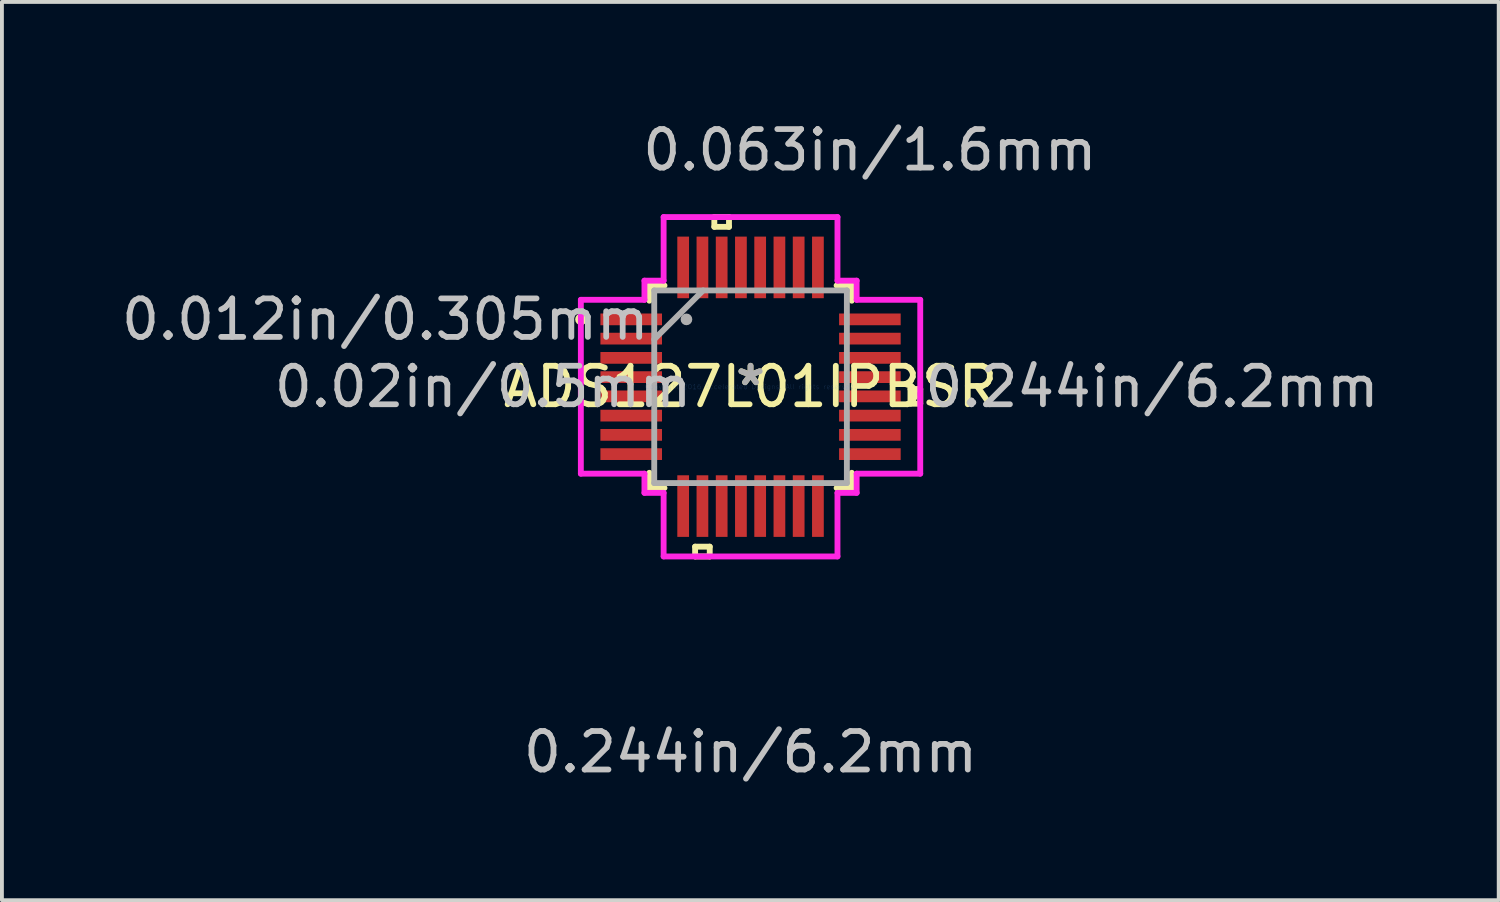
<source format=kicad_pcb>
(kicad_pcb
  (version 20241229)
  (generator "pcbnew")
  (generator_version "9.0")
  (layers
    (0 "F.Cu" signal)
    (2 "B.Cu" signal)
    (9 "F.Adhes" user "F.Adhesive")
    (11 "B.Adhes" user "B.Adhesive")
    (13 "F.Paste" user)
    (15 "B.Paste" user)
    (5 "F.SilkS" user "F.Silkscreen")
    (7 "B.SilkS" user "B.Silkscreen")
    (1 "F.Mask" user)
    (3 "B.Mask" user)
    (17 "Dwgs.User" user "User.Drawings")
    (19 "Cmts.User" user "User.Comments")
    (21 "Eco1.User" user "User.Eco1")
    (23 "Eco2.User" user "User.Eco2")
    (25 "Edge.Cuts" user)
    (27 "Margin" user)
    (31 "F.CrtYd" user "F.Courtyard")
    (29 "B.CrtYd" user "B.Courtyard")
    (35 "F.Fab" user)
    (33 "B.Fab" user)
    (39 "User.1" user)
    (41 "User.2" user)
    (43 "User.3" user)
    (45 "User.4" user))
  (footprint "ADS127L01IPBSR"
    (layer "F.Cu")
    (at 16.446 6.996)
    (property "Reference" "ADS127L01IPBSR" (at 0 0 0) (layer "F.SilkS") (effects (font (size 1 1) (thickness 0.15))))
    (attr through_hole)
    (fp_line (start -2.629 -2.629) (end -2.629 -2.235) (stroke (width 0.152) (type solid)) (layer "F.SilkS"))
    (fp_line (start -2.629 2.235) (end -2.629 2.629) (stroke (width 0.152) (type solid)) (layer "F.SilkS"))
    (fp_line (start -2.629 2.629) (end -2.235 2.629) (stroke (width 0.152) (type solid)) (layer "F.SilkS"))
    (fp_line (start -2.235 -2.629) (end -2.629 -2.629) (stroke (width 0.152) (type solid)) (layer "F.SilkS"))
    (fp_line (start -1.44 4.154) (end -1.44 4.408) (stroke (width 0.152) (type solid)) (layer "F.SilkS"))
    (fp_line (start -1.44 4.408) (end -1.06 4.408) (stroke (width 0.152) (type solid)) (layer "F.SilkS"))
    (fp_line (start -1.06 4.154) (end -1.44 4.154) (stroke (width 0.152) (type solid)) (layer "F.SilkS"))
    (fp_line (start -1.06 4.408) (end -1.06 4.154) (stroke (width 0.152) (type solid)) (layer "F.SilkS"))
    (fp_line (start -0.941 -4.408) (end -0.56 -4.408) (stroke (width 0.152) (type solid)) (layer "F.SilkS"))
    (fp_line (start -0.941 -4.154) (end -0.941 -4.408) (stroke (width 0.152) (type solid)) (layer "F.SilkS"))
    (fp_line (start -0.56 -4.408) (end -0.56 -4.154) (stroke (width 0.152) (type solid)) (layer "F.SilkS"))
    (fp_line (start -0.56 -4.154) (end -0.941 -4.154) (stroke (width 0.152) (type solid)) (layer "F.SilkS"))
    (fp_line (start 2.235 2.629) (end 2.629 2.629) (stroke (width 0.152) (type solid)) (layer "F.SilkS"))
    (fp_line (start 2.629 -2.629) (end 2.235 -2.629) (stroke (width 0.152) (type solid)) (layer "F.SilkS"))
    (fp_line (start 2.629 -2.235) (end 2.629 -2.629) (stroke (width 0.152) (type solid)) (layer "F.SilkS"))
    (fp_line (start 2.629 2.629) (end 2.629 2.235) (stroke (width 0.152) (type solid)) (layer "F.SilkS"))
    (fp_line (start 4.154 0.059) (end 4.408 0.059) (stroke (width 0.152) (type solid)) (layer "F.SilkS"))
    (fp_line (start 4.154 0.441) (end 4.154 0.059) (stroke (width 0.152) (type solid)) (layer "F.SilkS"))
    (fp_line (start 4.408 0.059) (end 4.408 0.441) (stroke (width 0.152) (type solid)) (layer "F.SilkS"))
    (fp_line (start 4.408 0.441) (end 4.154 0.441) (stroke (width 0.152) (type solid)) (layer "F.SilkS"))
    (fp_circle (center -4.404 -1.75) (end -4.328 -1.75) (stroke (width 0.152) (type solid)) (fill no) (layer "F.SilkS"))
    (fp_line (start -4.408 -2.258) (end -2.756 -2.258) (stroke (width 0.152) (type solid)) (layer "F.CrtYd"))
    (fp_line (start -4.408 2.258) (end -4.408 -2.258) (stroke (width 0.152) (type solid)) (layer "F.CrtYd"))
    (fp_line (start -2.756 -2.756) (end -2.258 -2.756) (stroke (width 0.152) (type solid)) (layer "F.CrtYd"))
    (fp_line (start -2.756 -2.258) (end -2.756 -2.756) (stroke (width 0.152) (type solid)) (layer "F.CrtYd"))
    (fp_line (start -2.756 2.258) (end -4.408 2.258) (stroke (width 0.152) (type solid)) (layer "F.CrtYd"))
    (fp_line (start -2.756 2.756) (end -2.756 2.258) (stroke (width 0.152) (type solid)) (layer "F.CrtYd"))
    (fp_line (start -2.258 -4.408) (end 2.258 -4.408) (stroke (width 0.152) (type solid)) (layer "F.CrtYd"))
    (fp_line (start -2.258 -2.756) (end -2.258 -4.408) (stroke (width 0.152) (type solid)) (layer "F.CrtYd"))
    (fp_line (start -2.258 2.756) (end -2.756 2.756) (stroke (width 0.152) (type solid)) (layer "F.CrtYd"))
    (fp_line (start -2.258 4.408) (end -2.258 2.756) (stroke (width 0.152) (type solid)) (layer "F.CrtYd"))
    (fp_line (start 2.258 -4.408) (end 2.258 -2.756) (stroke (width 0.152) (type solid)) (layer "F.CrtYd"))
    (fp_line (start 2.258 -2.756) (end 2.756 -2.756) (stroke (width 0.152) (type solid)) (layer "F.CrtYd"))
    (fp_line (start 2.258 2.756) (end 2.258 4.408) (stroke (width 0.152) (type solid)) (layer "F.CrtYd"))
    (fp_line (start 2.258 4.408) (end -2.258 4.408) (stroke (width 0.152) (type solid)) (layer "F.CrtYd"))
    (fp_line (start 2.756 -2.756) (end 2.756 -2.258) (stroke (width 0.152) (type solid)) (layer "F.CrtYd"))
    (fp_line (start 2.756 -2.258) (end 4.408 -2.258) (stroke (width 0.152) (type solid)) (layer "F.CrtYd"))
    (fp_line (start 2.756 2.258) (end 2.756 2.756) (stroke (width 0.152) (type solid)) (layer "F.CrtYd"))
    (fp_line (start 2.756 2.756) (end 2.258 2.756) (stroke (width 0.152) (type solid)) (layer "F.CrtYd"))
    (fp_line (start 4.408 -2.258) (end 4.408 2.258) (stroke (width 0.152) (type solid)) (layer "F.CrtYd"))
    (fp_line (start 4.408 2.258) (end 2.756 2.258) (stroke (width 0.152) (type solid)) (layer "F.CrtYd"))
    (fp_line (start -2.502 -2.502) (end -2.502 2.502) (stroke (width 0.152) (type solid)) (layer "F.Fab"))
    (fp_line (start -2.502 -1.232) (end -1.232 -2.502) (stroke (width 0.152) (type solid)) (layer "F.Fab"))
    (fp_line (start -2.502 2.502) (end 2.502 2.502) (stroke (width 0.152) (type solid)) (layer "F.Fab"))
    (fp_line (start 2.502 -2.502) (end -2.502 -2.502) (stroke (width 0.152) (type solid)) (layer "F.Fab"))
    (fp_line (start 2.502 2.502) (end 2.502 -2.502) (stroke (width 0.152) (type solid)) (layer "F.Fab"))
    (fp_circle (center -1.665 -1.75) (end -1.589 -1.75) (stroke (width 0.152) (type solid)) (fill no) (layer "F.Fab"))
    (fp_text user "*" (at 0 0 0) (layer "F.SilkS") (effects (font (size 1 1) (thickness 0.15))))
    (fp_text user "0.012in/0.305mm" (at -9.488 -1.75 0) (layer "Dwgs.User") (effects (font (size 1 1) (thickness 0.15))))
    (fp_text user "0.02in/0.5mm" (at -6.948 0 0) (layer "Dwgs.User") (effects (font (size 1 1) (thickness 0.15))))
    (fp_text user "0.244in/6.2mm" (at 10.428 0 0) (layer "Dwgs.User") (effects (font (size 1 1) (thickness 0.15))))
    (fp_text user "0.063in/1.6mm" (at 3.1 -6.148 0) (layer "Dwgs.User") (effects (font (size 1 1) (thickness 0.15))))
    (fp_text user "0.244in/6.2mm" (at 0 9.488 0) (layer "Dwgs.User") (effects (font (size 1 1) (thickness 0.15))))
    (fp_text user "Copyright 2016 Accelerated Designs. All rights reserved." (at 0 0 0) (layer "Cmts.User") (effects (font (size 0.127 0.127) (thickness 0.002))))
    (fp_text user "*" (at 0 0 0) (layer "F.Fab") (effects (font (size 1 1) (thickness 0.15))))
    (pad "1" smd rect (at -3.1 -1.75) (size 1.6 0.305) (layers "F.Cu" "F.Mask" "F.Paste"))
    (pad "2" smd rect (at -3.1 -1.25) (size 1.6 0.305) (layers "F.Cu" "F.Mask" "F.Paste"))
    (pad "3" smd rect (at -3.1 -0.75) (size 1.6 0.305) (layers "F.Cu" "F.Mask" "F.Paste"))
    (pad "4" smd rect (at -3.1 -0.25) (size 1.6 0.305) (layers "F.Cu" "F.Mask" "F.Paste"))
    (pad "5" smd rect (at -3.1 0.25) (size 1.6 0.305) (layers "F.Cu" "F.Mask" "F.Paste"))
    (pad "6" smd rect (at -3.1 0.75) (size 1.6 0.305) (layers "F.Cu" "F.Mask" "F.Paste"))
    (pad "7" smd rect (at -3.1 1.25) (size 1.6 0.305) (layers "F.Cu" "F.Mask" "F.Paste"))
    (pad "8" smd rect (at -3.1 1.75) (size 1.6 0.305) (layers "F.Cu" "F.Mask" "F.Paste"))
    (pad "9" smd rect (at -1.75 3.1 90) (size 1.6 0.305) (layers "F.Cu" "F.Mask" "F.Paste"))
    (pad "10" smd rect (at -1.25 3.1 90) (size 1.6 0.305) (layers "F.Cu" "F.Mask" "F.Paste"))
    (pad "11" smd rect (at -0.75 3.1 90) (size 1.6 0.305) (layers "F.Cu" "F.Mask" "F.Paste"))
    (pad "12" smd rect (at -0.25 3.1 90) (size 1.6 0.305) (layers "F.Cu" "F.Mask" "F.Paste"))
    (pad "13" smd rect (at 0.25 3.1 90) (size 1.6 0.305) (layers "F.Cu" "F.Mask" "F.Paste"))
    (pad "14" smd rect (at 0.75 3.1 90) (size 1.6 0.305) (layers "F.Cu" "F.Mask" "F.Paste"))
    (pad "15" smd rect (at 1.25 3.1 90) (size 1.6 0.305) (layers "F.Cu" "F.Mask" "F.Paste"))
    (pad "16" smd rect (at 1.75 3.1 90) (size 1.6 0.305) (layers "F.Cu" "F.Mask" "F.Paste"))
    (pad "17" smd rect (at 3.1 1.75) (size 1.6 0.305) (layers "F.Cu" "F.Mask" "F.Paste"))
    (pad "18" smd rect (at 3.1 1.25) (size 1.6 0.305) (layers "F.Cu" "F.Mask" "F.Paste"))
    (pad "19" smd rect (at 3.1 0.75) (size 1.6 0.305) (layers "F.Cu" "F.Mask" "F.Paste"))
    (pad "20" smd rect (at 3.1 0.25) (size 1.6 0.305) (layers "F.Cu" "F.Mask" "F.Paste"))
    (pad "21" smd rect (at 3.1 -0.25) (size 1.6 0.305) (layers "F.Cu" "F.Mask" "F.Paste"))
    (pad "22" smd rect (at 3.1 -0.75) (size 1.6 0.305) (layers "F.Cu" "F.Mask" "F.Paste"))
    (pad "23" smd rect (at 3.1 -1.25) (size 1.6 0.305) (layers "F.Cu" "F.Mask" "F.Paste"))
    (pad "24" smd rect (at 3.1 -1.75) (size 1.6 0.305) (layers "F.Cu" "F.Mask" "F.Paste"))
    (pad "25" smd rect (at 1.75 -3.1 90) (size 1.6 0.305) (layers "F.Cu" "F.Mask" "F.Paste"))
    (pad "26" smd rect (at 1.25 -3.1 90) (size 1.6 0.305) (layers "F.Cu" "F.Mask" "F.Paste"))
    (pad "27" smd rect (at 0.75 -3.1 90) (size 1.6 0.305) (layers "F.Cu" "F.Mask" "F.Paste"))
    (pad "28" smd rect (at 0.25 -3.1 90) (size 1.6 0.305) (layers "F.Cu" "F.Mask" "F.Paste"))
    (pad "29" smd rect (at -0.25 -3.1 90) (size 1.6 0.305) (layers "F.Cu" "F.Mask" "F.Paste"))
    (pad "30" smd rect (at -0.75 -3.1 90) (size 1.6 0.305) (layers "F.Cu" "F.Mask" "F.Paste"))
    (pad "31" smd rect (at -1.25 -3.1 90) (size 1.6 0.305) (layers "F.Cu" "F.Mask" "F.Paste"))
    (pad "32" smd rect (at -1.75 -3.1 90) (size 1.6 0.305) (layers "F.Cu" "F.Mask" "F.Paste")))
  (gr_rect
    (start -3 -3)
    (end 35.88 20.333)
    (stroke (width 0.1) (type default))
    (fill no)
    (layer "Edge.Cuts")))
</source>
